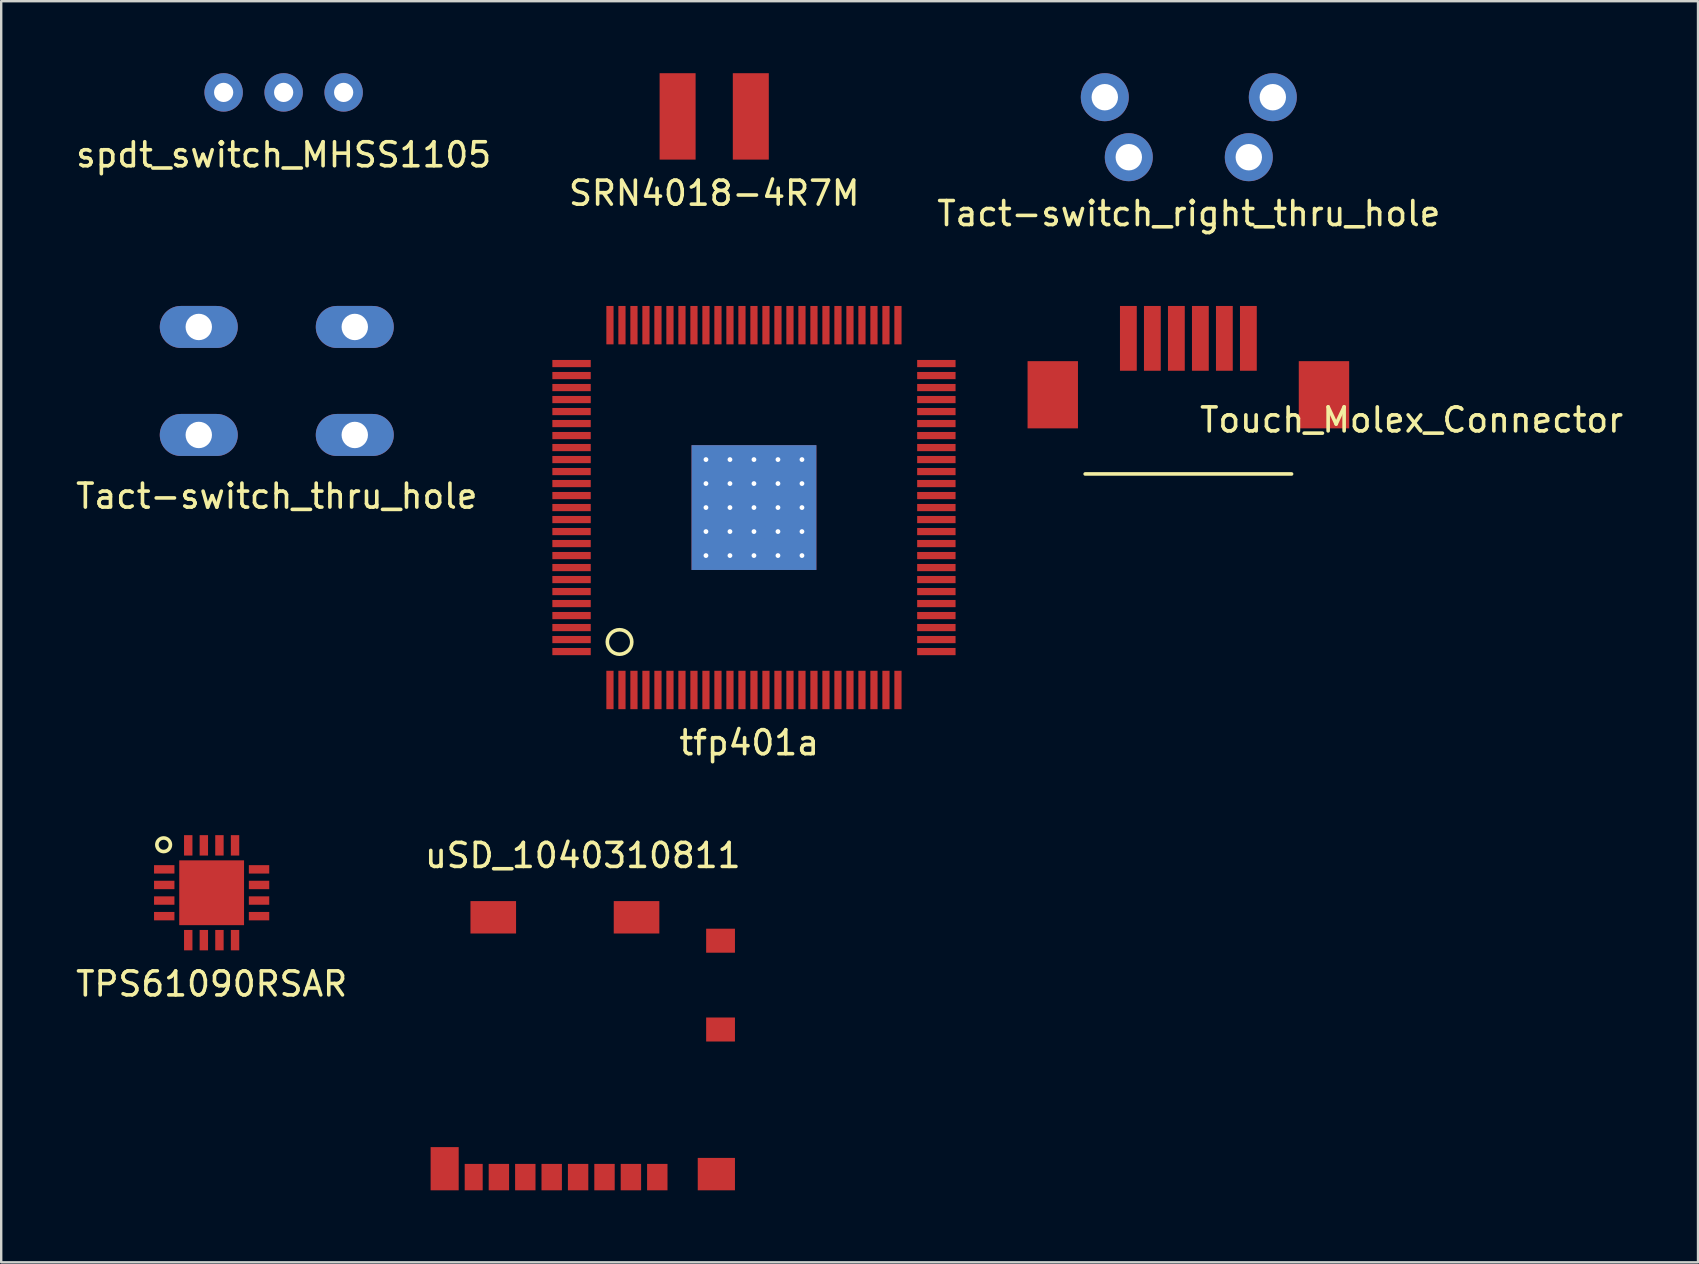
<source format=kicad_pcb>
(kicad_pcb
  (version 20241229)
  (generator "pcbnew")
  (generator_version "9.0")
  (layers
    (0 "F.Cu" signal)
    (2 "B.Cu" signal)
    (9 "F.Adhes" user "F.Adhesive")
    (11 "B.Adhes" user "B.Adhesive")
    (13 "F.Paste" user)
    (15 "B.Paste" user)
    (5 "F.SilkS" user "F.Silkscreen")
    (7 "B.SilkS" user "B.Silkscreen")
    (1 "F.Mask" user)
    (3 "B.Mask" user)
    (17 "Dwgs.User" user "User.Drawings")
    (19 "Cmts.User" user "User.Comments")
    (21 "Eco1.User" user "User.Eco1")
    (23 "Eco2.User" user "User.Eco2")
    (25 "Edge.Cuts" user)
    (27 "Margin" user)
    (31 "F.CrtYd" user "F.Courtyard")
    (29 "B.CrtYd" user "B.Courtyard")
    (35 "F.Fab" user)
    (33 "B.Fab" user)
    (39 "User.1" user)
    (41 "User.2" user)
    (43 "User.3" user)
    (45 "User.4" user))
  (footprint "spdt_switch_MHSS1105"
    (layer "F.Cu")
    (at 8.768 0.8)
    (property "Reference" "spdt_switch_MHSS1105" (at 0 2.6 0) (layer "F.SilkS") (effects (font (size 1 1) (thickness 0.15))))
    (attr through_hole)
    (pad "1" thru_hole circle (at -2.5 0) (size 1.6 1.6) (drill 0.8) (layers "*.Cu" "*.Mask"))
    (pad "2" thru_hole circle (at 0 0) (size 1.6 1.6) (drill 0.8) (layers "*.Cu" "*.Mask"))
    (pad "3" thru_hole circle (at 2.5 0) (size 1.6 1.6) (drill 0.8) (layers "*.Cu" "*.Mask")))
  (footprint "SRN4018-4R7M"
    (layer "F.Cu")
    (at 26.708 1.8)
    (property "Reference" "SRN4018-4R7M" (at 0 3.2 0) (layer "F.SilkS") (effects (font (size 1 1) (thickness 0.15))))
    (attr through_hole)
    (pad "1" smd rect (at -1.525 0) (size 1.5 3.6) (layers "F.Cu" "F.Mask" "F.Paste"))
    (pad "2" smd rect (at 1.525 0) (size 1.5 3.6) (layers "F.Cu" "F.Mask" "F.Paste")))
  (footprint "uSD_1040310811"
    (layer "F.Cu")
    (at 21.232 45.995)
    (property "Reference" "uSD_1040310811" (at 0 -13.4 0) (layer "F.SilkS") (effects (font (size 1 1) (thickness 0.15))))
    (attr through_hole)
    (pad "1" smd rect (at 3.105 0) (size 0.85 1.1) (layers "F.Cu" "F.Mask" "F.Paste"))
    (pad "2" smd rect (at 2.005 0) (size 0.85 1.1) (layers "F.Cu" "F.Mask" "F.Paste"))
    (pad "3" smd rect (at 0.905 0) (size 0.85 1.1) (layers "F.Cu" "F.Mask" "F.Paste"))
    (pad "4" smd rect (at -0.195 0) (size 0.85 1.1) (layers "F.Cu" "F.Mask" "F.Paste"))
    (pad "5" smd rect (at -1.295 0) (size 0.85 1.1) (layers "F.Cu" "F.Mask" "F.Paste"))
    (pad "6" smd rect (at -2.395 0) (size 0.85 1.1) (layers "F.Cu" "F.Mask" "F.Paste"))
    (pad "7" smd rect (at -3.495 0) (size 0.85 1.1) (layers "F.Cu" "F.Mask" "F.Paste"))
    (pad "8" smd rect (at -4.595 0) (size 0.75 1.1) (drill (offset 0.05 0)) (layers "F.Cu" "F.Mask" "F.Paste"))
    (pad "9" smd rect (at 5.74 -9.85) (size 1.2 1) (layers "F.Cu" "F.Mask" "F.Paste"))
    (pad "10" smd rect (at 5.74 -6.15) (size 1.2 1) (layers "F.Cu" "F.Mask" "F.Paste"))
    (pad "11" smd rect (at -5.755 0) (size 1.17 1.8) (drill (offset 0 -0.35)) (layers "F.Cu" "F.Mask" "F.Paste"))
    (pad "12" smd rect (at -3.73 -10.825) (size 1.9 1.35) (layers "F.Cu" "F.Mask" "F.Paste"))
    (pad "13" smd rect (at 2.24 -10.825) (size 1.9 1.35) (layers "F.Cu" "F.Mask" "F.Paste"))
    (pad "14" smd rect (at 5.565 0) (size 1.55 1.35) (drill (offset 0 -0.125)) (layers "F.Cu" "F.Mask" "F.Paste")))
  (footprint "Tact-switch_right_thru_hole"
    (layer "F.Cu")
    (at 46.482 2.25)
    (property "Reference" "Tact-switch_right_thru_hole" (at 0 3.6 0) (layer "F.SilkS") (effects (font (size 1 1) (thickness 0.15))))
    (attr through_hole)
    (pad "" thru_hole circle (at -3.5 -1.25) (size 2 2) (drill 1.1) (layers "*.Cu" "*.Mask"))
    (pad "" thru_hole circle (at 3.5 -1.25) (size 2 2) (drill 1.1) (layers "*.Cu" "*.Mask"))
    (pad "1" thru_hole circle (at -2.5 1.25) (size 2 2) (drill 1.1) (layers "*.Cu" "*.Mask"))
    (pad "2" thru_hole circle (at 2.5 1.25) (size 2 2) (drill 1.1) (layers "*.Cu" "*.Mask")))
  (footprint "TPS61090RSAR"
    (layer "F.Cu")
    (at 5.768 34.147)
    (property "Reference" "TPS61090RSAR" (at 0 3.8 0) (layer "F.SilkS") (effects (font (size 1 1) (thickness 0.15))))
    (attr through_hole)
    (fp_circle (center -2 -2) (end -1.8 -1.8) (stroke (width 0.15) (type solid)) (fill no) (layer "F.SilkS"))
    (pad "1" smd rect (at -1.975 -0.975) (size 0.85 0.35) (layers "F.Cu" "F.Mask" "F.Paste"))
    (pad "2" smd rect (at -1.975 -0.325) (size 0.85 0.35) (layers "F.Cu" "F.Mask" "F.Paste"))
    (pad "3" smd rect (at -1.975 0.325) (size 0.85 0.35) (layers "F.Cu" "F.Mask" "F.Paste"))
    (pad "4" smd rect (at -1.975 0.975) (size 0.85 0.35) (layers "F.Cu" "F.Mask" "F.Paste"))
    (pad "5" smd rect (at -0.975 1.975) (size 0.35 0.85) (layers "F.Cu" "F.Mask" "F.Paste"))
    (pad "6" smd rect (at -0.325 1.975) (size 0.35 0.85) (layers "F.Cu" "F.Mask" "F.Paste"))
    (pad "7" smd rect (at 0.325 1.975) (size 0.35 0.85) (layers "F.Cu" "F.Mask" "F.Paste"))
    (pad "8" smd rect (at 0.975 1.975) (size 0.35 0.85) (layers "F.Cu" "F.Mask" "F.Paste"))
    (pad "9" smd rect (at 1.975 0.975) (size 0.85 0.35) (layers "F.Cu" "F.Mask" "F.Paste"))
    (pad "10" smd rect (at 1.975 0.325) (size 0.85 0.35) (layers "F.Cu" "F.Mask" "F.Paste"))
    (pad "11" smd rect (at 1.975 -0.325) (size 0.85 0.35) (layers "F.Cu" "F.Mask" "F.Paste"))
    (pad "12" smd rect (at 1.975 -0.975) (size 0.85 0.35) (layers "F.Cu" "F.Mask" "F.Paste"))
    (pad "13" smd rect (at 0.975 -1.975) (size 0.35 0.85) (layers "F.Cu" "F.Mask" "F.Paste"))
    (pad "14" smd rect (at 0.325 -1.975) (size 0.35 0.85) (layers "F.Cu" "F.Mask" "F.Paste"))
    (pad "15" smd rect (at -0.325 -1.975) (size 0.35 0.85) (layers "F.Cu" "F.Mask" "F.Paste"))
    (pad "16" smd rect (at -0.975 -1.975) (size 0.35 0.85) (layers "F.Cu" "F.Mask" "F.Paste"))
    (pad "17" smd rect (at 0 0) (size 2.7 2.7) (layers "F.Cu" "F.Mask" "F.Paste")))
  (footprint "Touch_Molex_Connector"
    (layer "F.Cu")
    (at 46.464 11.048)
    (property "Reference" "Touch_Molex_Connector" (at 9.3 3.4 0) (layer "F.SilkS") (effects (font (size 1 1) (thickness 0.15))))
    (attr through_hole)
    (fp_line (start -4.3 5.65) (end 4.3 5.65) (stroke (width 0.15) (type solid)) (layer "F.SilkS"))
    (pad "" smd rect (at -5.65 2.35) (size 2.1 2.8) (layers "F.Cu" "F.Mask" "F.Paste"))
    (pad "" smd rect (at 5.65 2.35) (size 2.1 2.8) (layers "F.Cu" "F.Mask" "F.Paste"))
    (pad "1" smd rect (at 2.5 0) (size 0.7 2.7) (layers "F.Cu" "F.Mask" "F.Paste"))
    (pad "2" smd rect (at 1.5 0) (size 0.7 2.7) (layers "F.Cu" "F.Mask" "F.Paste"))
    (pad "3" smd rect (at 0.5 0) (size 0.7 2.7) (layers "F.Cu" "F.Mask" "F.Paste"))
    (pad "4" smd rect (at -0.5 0) (size 0.7 2.7) (layers "F.Cu" "F.Mask" "F.Paste"))
    (pad "5" smd rect (at -1.5 0) (size 0.7 2.7) (layers "F.Cu" "F.Mask" "F.Paste"))
    (pad "6" smd rect (at -2.5 0) (size 0.7 2.7) (layers "F.Cu" "F.Mask" "F.Paste")))
  (footprint "Tact-switch_thru_hole"
    (layer "F.Cu")
    (at 8.482 12.823)
    (property "Reference" "Tact-switch_thru_hole" (at 0 4.8 0) (layer "F.SilkS") (effects (font (size 1 1) (thickness 0.15))))
    (attr through_hole)
    (pad "1" thru_hole oval (at -3.25 -2.25) (size 3.25 1.75) (drill 1.1) (layers "*.Cu" "*.Mask"))
    (pad "1" thru_hole oval (at 3.25 -2.25) (size 3.25 1.75) (drill 1.1) (layers "*.Cu" "*.Mask"))
    (pad "2" thru_hole oval (at -3.25 2.25) (size 3.25 1.75) (drill 1.1) (layers "*.Cu" "*.Mask"))
    (pad "2" thru_hole oval (at 3.25 2.25) (size 3.25 1.75) (drill 1.1) (layers "*.Cu" "*.Mask")))
  (footprint "tfp401a"
    (layer "F.Cu")
    (at 34.364 25.698)
    (property "Reference" "tfp401a" (at -6.2 2.2 0) (layer "F.SilkS") (effects (font (size 1 1) (thickness 0.15))))
    (attr through_hole)
    (fp_circle (center -11.6 -2) (end -11.1 -1.9) (stroke (width 0.15) (type solid)) (fill no) (layer "F.SilkS"))
    (pad "" thru_hole circle (at -8 -9.6) (size 1 1) (drill 0.2) (layers "*.Cu" "*.Mask"))
    (pad "" thru_hole circle (at -8 -8.6) (size 1 1) (drill 0.2) (layers "*.Cu" "*.Mask"))
    (pad "" thru_hole circle (at -8 -7.6) (size 1 1) (drill 0.2) (layers "*.Cu" "*.Mask"))
    (pad "" thru_hole circle (at -8 -6.6) (size 1 1) (drill 0.2) (layers "*.Cu" "*.Mask"))
    (pad "" thru_hole circle (at -8 -5.6) (size 1 1) (drill 0.2) (layers "*.Cu" "*.Mask"))
    (pad "" thru_hole circle (at -7 -9.6) (size 1 1) (drill 0.2) (layers "*.Cu" "*.Mask"))
    (pad "" thru_hole circle (at -7 -8.6) (size 1 1) (drill 0.2) (layers "*.Cu" "*.Mask"))
    (pad "" thru_hole circle (at -7 -7.6) (size 1 1) (drill 0.2) (layers "*.Cu" "*.Mask"))
    (pad "" thru_hole circle (at -7 -6.6) (size 1 1) (drill 0.2) (layers "*.Cu" "*.Mask"))
    (pad "" thru_hole circle (at -7 -5.6) (size 1 1) (drill 0.2) (layers "*.Cu" "*.Mask"))
    (pad "" thru_hole circle (at -6 -9.6) (size 1 1) (drill 0.2) (layers "*.Cu" "*.Mask"))
    (pad "" thru_hole circle (at -6 -8.6) (size 1 1) (drill 0.2) (layers "*.Cu" "*.Mask"))
    (pad "" thru_hole circle (at -6 -7.6) (size 1 1) (drill 0.2) (layers "*.Cu" "*.Mask"))
    (pad "" smd rect (at -6 -7.6) (size 5.2 5.2) (layers "F.Cu" "F.Mask" "F.Paste"))
    (pad "" smd rect (at -6 -7.6) (size 5.2 5.2) (layers "B.Cu" "B.Mask" "B.Paste"))
    (pad "" thru_hole circle (at -6 -6.6) (size 1 1) (drill 0.2) (layers "*.Cu" "*.Mask"))
    (pad "" thru_hole circle (at -6 -5.6) (size 1 1) (drill 0.2) (layers "*.Cu" "*.Mask"))
    (pad "" thru_hole circle (at -5 -9.6) (size 1 1) (drill 0.2) (layers "*.Cu" "*.Mask"))
    (pad "" thru_hole circle (at -5 -8.6) (size 1 1) (drill 0.2) (layers "*.Cu" "*.Mask"))
    (pad "" thru_hole circle (at -5 -7.6) (size 1 1) (drill 0.2) (layers "*.Cu" "*.Mask"))
    (pad "" thru_hole circle (at -5 -6.6) (size 1 1) (drill 0.2) (layers "*.Cu" "*.Mask"))
    (pad "" thru_hole circle (at -5 -5.6) (size 1 1) (drill 0.2) (layers "*.Cu" "*.Mask"))
    (pad "" thru_hole circle (at -4 -9.6) (size 1 1) (drill 0.2) (layers "*.Cu" "*.Mask"))
    (pad "" thru_hole circle (at -4 -8.6) (size 1 1) (drill 0.2) (layers "*.Cu" "*.Mask"))
    (pad "" thru_hole circle (at -4 -7.6) (size 1 1) (drill 0.2) (layers "*.Cu" "*.Mask"))
    (pad "" thru_hole circle (at -4 -6.6) (size 1 1) (drill 0.2) (layers "*.Cu" "*.Mask"))
    (pad "" thru_hole circle (at -4 -5.6) (size 1 1) (drill 0.2) (layers "*.Cu" "*.Mask"))
    (pad "1" smd rect (at -12 0) (size 0.3 1.6) (layers "F.Cu" "F.Mask" "F.Paste"))
    (pad "2" smd rect (at -11.5 0) (size 0.3 1.6) (layers "F.Cu" "F.Mask" "F.Paste"))
    (pad "3" smd rect (at -11 0) (size 0.3 1.6) (layers "F.Cu" "F.Mask" "F.Paste"))
    (pad "4" smd rect (at -10.5 0) (size 0.3 1.6) (layers "F.Cu" "F.Mask" "F.Paste"))
    (pad "5" smd rect (at -10 0) (size 0.3 1.6) (layers "F.Cu" "F.Mask" "F.Paste"))
    (pad "6" smd rect (at -9.5 0) (size 0.3 1.6) (layers "F.Cu" "F.Mask" "F.Paste"))
    (pad "7" smd rect (at -9 0) (size 0.3 1.6) (layers "F.Cu" "F.Mask" "F.Paste"))
    (pad "8" smd rect (at -8.5 0) (size 0.3 1.6) (layers "F.Cu" "F.Mask" "F.Paste"))
    (pad "9" smd rect (at -8 0) (size 0.3 1.6) (layers "F.Cu" "F.Mask" "F.Paste"))
    (pad "10" smd rect (at -7.5 0) (size 0.3 1.6) (layers "F.Cu" "F.Mask" "F.Paste"))
    (pad "11" smd rect (at -7 0) (size 0.3 1.6) (layers "F.Cu" "F.Mask" "F.Paste"))
    (pad "12" smd rect (at -6.5 0) (size 0.3 1.6) (layers "F.Cu" "F.Mask" "F.Paste"))
    (pad "13" smd rect (at -6 0) (size 0.3 1.6) (layers "F.Cu" "F.Mask" "F.Paste"))
    (pad "14" smd rect (at -5.5 0) (size 0.3 1.6) (layers "F.Cu" "F.Mask" "F.Paste"))
    (pad "15" smd rect (at -5 0) (size 0.3 1.6) (layers "F.Cu" "F.Mask" "F.Paste"))
    (pad "16" smd rect (at -4.5 0) (size 0.3 1.6) (layers "F.Cu" "F.Mask" "F.Paste"))
    (pad "17" smd rect (at -4 0) (size 0.3 1.6) (layers "F.Cu" "F.Mask" "F.Paste"))
    (pad "18" smd rect (at -3.5 0) (size 0.3 1.6) (layers "F.Cu" "F.Mask" "F.Paste"))
    (pad "19" smd rect (at -3 0) (size 0.3 1.6) (layers "F.Cu" "F.Mask" "F.Paste"))
    (pad "20" smd rect (at -2.5 0) (size 0.3 1.6) (layers "F.Cu" "F.Mask" "F.Paste"))
    (pad "21" smd rect (at -2 0) (size 0.3 1.6) (layers "F.Cu" "F.Mask" "F.Paste"))
    (pad "22" smd rect (at -1.5 0) (size 0.3 1.6) (layers "F.Cu" "F.Mask" "F.Paste"))
    (pad "23" smd rect (at -1 0) (size 0.3 1.6) (layers "F.Cu" "F.Mask" "F.Paste"))
    (pad "24" smd rect (at -0.5 0) (size 0.3 1.6) (layers "F.Cu" "F.Mask" "F.Paste"))
    (pad "25" smd rect (at 0 0) (size 0.3 1.6) (layers "F.Cu" "F.Mask" "F.Paste"))
    (pad "26" smd rect (at 1.6 -1.6 90) (size 0.3 1.6) (layers "F.Cu" "F.Mask" "F.Paste"))
    (pad "27" smd rect (at 1.6 -2.1 90) (size 0.3 1.6) (layers "F.Cu" "F.Mask" "F.Paste"))
    (pad "28" smd rect (at 1.6 -2.6 90) (size 0.3 1.6) (layers "F.Cu" "F.Mask" "F.Paste"))
    (pad "29" smd rect (at 1.6 -3.1 90) (size 0.3 1.6) (layers "F.Cu" "F.Mask" "F.Paste"))
    (pad "30" smd rect (at 1.6 -3.6 90) (size 0.3 1.6) (layers "F.Cu" "F.Mask" "F.Paste"))
    (pad "31" smd rect (at 1.6 -4.1 90) (size 0.3 1.6) (layers "F.Cu" "F.Mask" "F.Paste"))
    (pad "32" smd rect (at 1.6 -4.6 90) (size 0.3 1.6) (layers "F.Cu" "F.Mask" "F.Paste"))
    (pad "33" smd rect (at 1.6 -5.1 90) (size 0.3 1.6) (layers "F.Cu" "F.Mask" "F.Paste"))
    (pad "34" smd rect (at 1.6 -5.6 90) (size 0.3 1.6) (layers "F.Cu" "F.Mask" "F.Paste"))
    (pad "35" smd rect (at 1.6 -6.1 90) (size 0.3 1.6) (layers "F.Cu" "F.Mask" "F.Paste"))
    (pad "36" smd rect (at 1.6 -6.6 90) (size 0.3 1.6) (layers "F.Cu" "F.Mask" "F.Paste"))
    (pad "37" smd rect (at 1.6 -7.1 90) (size 0.3 1.6) (layers "F.Cu" "F.Mask" "F.Paste"))
    (pad "38" smd rect (at 1.6 -7.6 90) (size 0.3 1.6) (layers "F.Cu" "F.Mask" "F.Paste"))
    (pad "39" smd rect (at 1.6 -8.1 90) (size 0.3 1.6) (layers "F.Cu" "F.Mask" "F.Paste"))
    (pad "40" smd rect (at 1.6 -8.6 90) (size 0.3 1.6) (layers "F.Cu" "F.Mask" "F.Paste"))
    (pad "41" smd rect (at 1.6 -9.1 90) (size 0.3 1.6) (layers "F.Cu" "F.Mask" "F.Paste"))
    (pad "42" smd rect (at 1.6 -9.6 90) (size 0.3 1.6) (layers "F.Cu" "F.Mask" "F.Paste"))
    (pad "43" smd rect (at 1.6 -10.1 90) (size 0.3 1.6) (layers "F.Cu" "F.Mask" "F.Paste"))
    (pad "44" smd rect (at 1.6 -10.6 90) (size 0.3 1.6) (layers "F.Cu" "F.Mask" "F.Paste"))
    (pad "45" smd rect (at 1.6 -11.1 90) (size 0.3 1.6) (layers "F.Cu" "F.Mask" "F.Paste"))
    (pad "46" smd rect (at 1.6 -11.6 90) (size 0.3 1.6) (layers "F.Cu" "F.Mask" "F.Paste"))
    (pad "47" smd rect (at 1.6 -12.1 90) (size 0.3 1.6) (layers "F.Cu" "F.Mask" "F.Paste"))
    (pad "48" smd rect (at 1.6 -12.6 90) (size 0.3 1.6) (layers "F.Cu" "F.Mask" "F.Paste"))
    (pad "49" smd rect (at 1.6 -13.1 90) (size 0.3 1.6) (layers "F.Cu" "F.Mask" "F.Paste"))
    (pad "50" smd rect (at 1.6 -13.6 90) (size 0.3 1.6) (layers "F.Cu" "F.Mask" "F.Paste"))
    (pad "51" smd rect (at 0 -15.2 180) (size 0.3 1.6) (layers "F.Cu" "F.Mask" "F.Paste"))
    (pad "52" smd rect (at -0.5 -15.2 180) (size 0.3 1.6) (layers "F.Cu" "F.Mask" "F.Paste"))
    (pad "53" smd rect (at -1 -15.2 180) (size 0.3 1.6) (layers "F.Cu" "F.Mask" "F.Paste"))
    (pad "54" smd rect (at -1.5 -15.2 180) (size 0.3 1.6) (layers "F.Cu" "F.Mask" "F.Paste"))
    (pad "55" smd rect (at -2 -15.2 180) (size 0.3 1.6) (layers "F.Cu" "F.Mask" "F.Paste"))
    (pad "56" smd rect (at -2.5 -15.2 180) (size 0.3 1.6) (layers "F.Cu" "F.Mask" "F.Paste"))
    (pad "57" smd rect (at -3 -15.2 180) (size 0.3 1.6) (layers "F.Cu" "F.Mask" "F.Paste"))
    (pad "58" smd rect (at -3.5 -15.2 180) (size 0.3 1.6) (layers "F.Cu" "F.Mask" "F.Paste"))
    (pad "59" smd rect (at -4 -15.2 180) (size 0.3 1.6) (layers "F.Cu" "F.Mask" "F.Paste"))
    (pad "60" smd rect (at -4.5 -15.2 180) (size 0.3 1.6) (layers "F.Cu" "F.Mask" "F.Paste"))
    (pad "61" smd rect (at -5 -15.2 180) (size 0.3 1.6) (layers "F.Cu" "F.Mask" "F.Paste"))
    (pad "62" smd rect (at -5.5 -15.2 180) (size 0.3 1.6) (layers "F.Cu" "F.Mask" "F.Paste"))
    (pad "63" smd rect (at -6 -15.2 180) (size 0.3 1.6) (layers "F.Cu" "F.Mask" "F.Paste"))
    (pad "64" smd rect (at -6.5 -15.2 180) (size 0.3 1.6) (layers "F.Cu" "F.Mask" "F.Paste"))
    (pad "65" smd rect (at -7 -15.2 180) (size 0.3 1.6) (layers "F.Cu" "F.Mask" "F.Paste"))
    (pad "66" smd rect (at -7.5 -15.2 180) (size 0.3 1.6) (layers "F.Cu" "F.Mask" "F.Paste"))
    (pad "67" smd rect (at -8 -15.2 180) (size 0.3 1.6) (layers "F.Cu" "F.Mask" "F.Paste"))
    (pad "68" smd rect (at -8.5 -15.2 180) (size 0.3 1.6) (layers "F.Cu" "F.Mask" "F.Paste"))
    (pad "69" smd rect (at -9 -15.2 180) (size 0.3 1.6) (layers "F.Cu" "F.Mask" "F.Paste"))
    (pad "70" smd rect (at -9.5 -15.2 180) (size 0.3 1.6) (layers "F.Cu" "F.Mask" "F.Paste"))
    (pad "71" smd rect (at -10 -15.2 180) (size 0.3 1.6) (layers "F.Cu" "F.Mask" "F.Paste"))
    (pad "72" smd rect (at -10.5 -15.2 180) (size 0.3 1.6) (layers "F.Cu" "F.Mask" "F.Paste"))
    (pad "73" smd rect (at -11 -15.2 180) (size 0.3 1.6) (layers "F.Cu" "F.Mask" "F.Paste"))
    (pad "74" smd rect (at -11.5 -15.2 180) (size 0.3 1.6) (layers "F.Cu" "F.Mask" "F.Paste"))
    (pad "75" smd rect (at -12 -15.2 180) (size 0.3 1.6) (layers "F.Cu" "F.Mask" "F.Paste"))
    (pad "76" smd rect (at -13.6 -13.6 270) (size 0.3 1.6) (layers "F.Cu" "F.Mask" "F.Paste"))
    (pad "77" smd rect (at -13.6 -13.1 270) (size 0.3 1.6) (layers "F.Cu" "F.Mask" "F.Paste"))
    (pad "78" smd rect (at -13.6 -12.6 270) (size 0.3 1.6) (layers "F.Cu" "F.Mask" "F.Paste"))
    (pad "79" smd rect (at -13.6 -12.1 270) (size 0.3 1.6) (layers "F.Cu" "F.Mask" "F.Paste"))
    (pad "80" smd rect (at -13.6 -11.6 270) (size 0.3 1.6) (layers "F.Cu" "F.Mask" "F.Paste"))
    (pad "81" smd rect (at -13.6 -11.1 270) (size 0.3 1.6) (layers "F.Cu" "F.Mask" "F.Paste"))
    (pad "82" smd rect (at -13.6 -10.6 270) (size 0.3 1.6) (layers "F.Cu" "F.Mask" "F.Paste"))
    (pad "83" smd rect (at -13.6 -10.1 270) (size 0.3 1.6) (layers "F.Cu" "F.Mask" "F.Paste"))
    (pad "84" smd rect (at -13.6 -9.6 270) (size 0.3 1.6) (layers "F.Cu" "F.Mask" "F.Paste"))
    (pad "85" smd rect (at -13.6 -9.1 270) (size 0.3 1.6) (layers "F.Cu" "F.Mask" "F.Paste"))
    (pad "86" smd rect (at -13.6 -8.6 270) (size 0.3 1.6) (layers "F.Cu" "F.Mask" "F.Paste"))
    (pad "87" smd rect (at -13.6 -8.1 270) (size 0.3 1.6) (layers "F.Cu" "F.Mask" "F.Paste"))
    (pad "88" smd rect (at -13.6 -7.6 270) (size 0.3 1.6) (layers "F.Cu" "F.Mask" "F.Paste"))
    (pad "89" smd rect (at -13.6 -7.1 270) (size 0.3 1.6) (layers "F.Cu" "F.Mask" "F.Paste"))
    (pad "90" smd rect (at -13.6 -6.6 270) (size 0.3 1.6) (layers "F.Cu" "F.Mask" "F.Paste"))
    (pad "91" smd rect (at -13.6 -6.1 270) (size 0.3 1.6) (layers "F.Cu" "F.Mask" "F.Paste"))
    (pad "92" smd rect (at -13.6 -5.6 270) (size 0.3 1.6) (layers "F.Cu" "F.Mask" "F.Paste"))
    (pad "93" smd rect (at -13.6 -5.1 270) (size 0.3 1.6) (layers "F.Cu" "F.Mask" "F.Paste"))
    (pad "94" smd rect (at -13.6 -4.6 270) (size 0.3 1.6) (layers "F.Cu" "F.Mask" "F.Paste"))
    (pad "95" smd rect (at -13.6 -4.1 270) (size 0.3 1.6) (layers "F.Cu" "F.Mask" "F.Paste"))
    (pad "96" smd rect (at -13.6 -3.6 270) (size 0.3 1.6) (layers "F.Cu" "F.Mask" "F.Paste"))
    (pad "97" smd rect (at -13.6 -3.1 270) (size 0.3 1.6) (layers "F.Cu" "F.Mask" "F.Paste"))
    (pad "98" smd rect (at -13.6 -2.6 270) (size 0.3 1.6) (layers "F.Cu" "F.Mask" "F.Paste"))
    (pad "99" smd rect (at -13.6 -2.1 270) (size 0.3 1.6) (layers "F.Cu" "F.Mask" "F.Paste"))
    (pad "100" smd rect (at -13.6 -1.6 270) (size 0.3 1.6) (layers "F.Cu" "F.Mask" "F.Paste")))
  (gr_rect
    (start -3 -3)
    (end 67.699 49.545)
    (stroke (width 0.1) (type default))
    (fill no)
    (layer "Edge.Cuts")))
</source>
